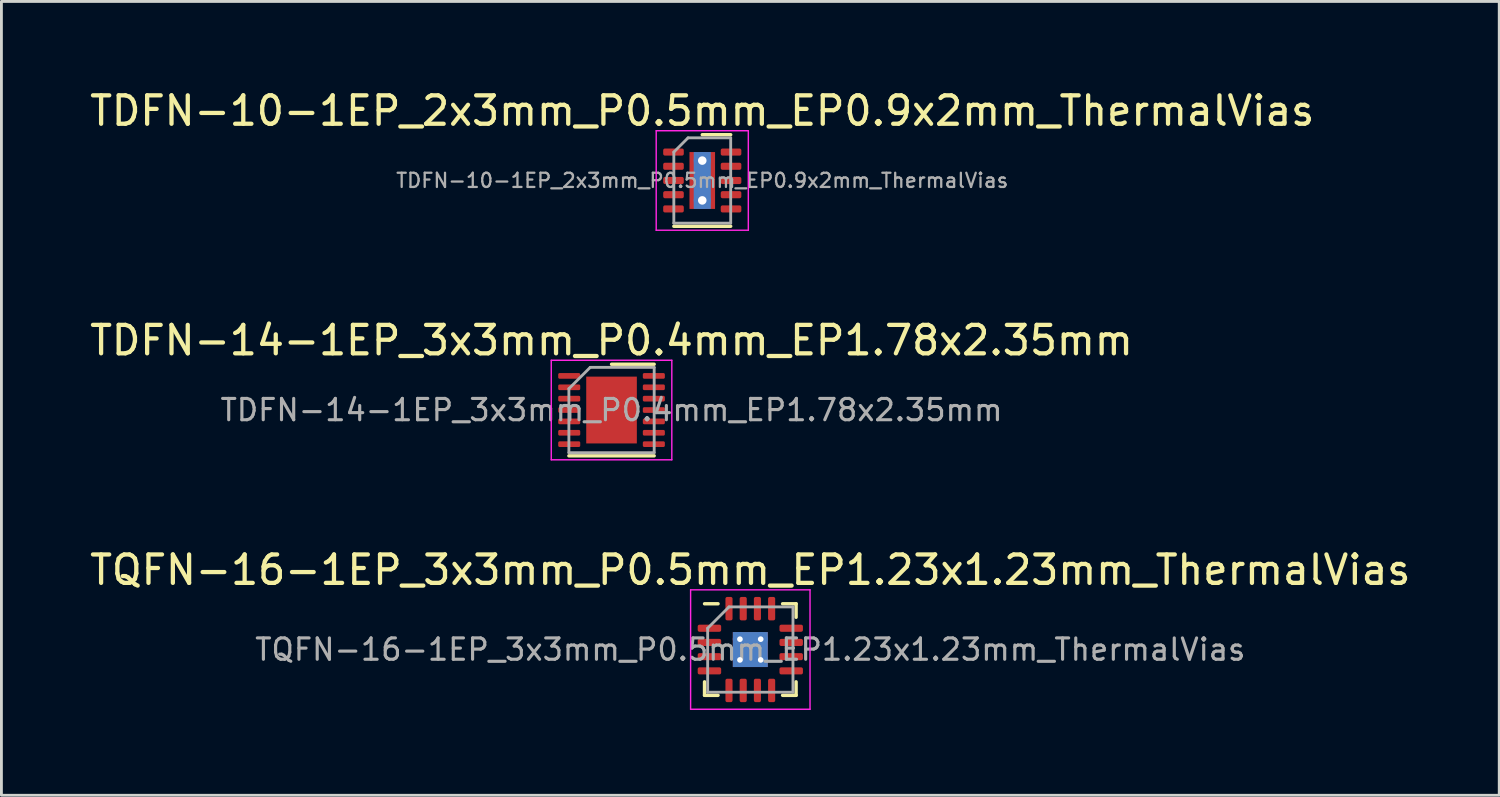
<source format=kicad_pcb>
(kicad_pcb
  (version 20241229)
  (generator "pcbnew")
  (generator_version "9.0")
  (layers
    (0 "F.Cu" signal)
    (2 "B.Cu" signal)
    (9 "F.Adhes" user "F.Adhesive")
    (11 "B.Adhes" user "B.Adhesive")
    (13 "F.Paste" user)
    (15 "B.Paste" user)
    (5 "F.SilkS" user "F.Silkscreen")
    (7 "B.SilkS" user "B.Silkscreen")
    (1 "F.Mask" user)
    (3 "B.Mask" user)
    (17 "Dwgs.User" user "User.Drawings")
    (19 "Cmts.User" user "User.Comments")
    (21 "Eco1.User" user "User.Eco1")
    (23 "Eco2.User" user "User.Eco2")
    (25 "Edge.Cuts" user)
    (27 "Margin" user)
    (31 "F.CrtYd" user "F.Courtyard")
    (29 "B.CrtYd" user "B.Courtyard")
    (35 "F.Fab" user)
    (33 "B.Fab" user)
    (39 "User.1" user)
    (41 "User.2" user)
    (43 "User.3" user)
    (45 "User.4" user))
  (footprint "TDFN-10-1EP_2x3mm_P0.5mm_EP0.9x2mm_ThermalVias"
    (layer "F.Cu")
    (at 21.649 3.298)
    (property "Reference" "TDFN-10-1EP_2x3mm_P0.5mm_EP0.9x2mm_ThermalVias" (at 0 -2.45 0) (layer "F.SilkS") (effects (font (size 1 1) (thickness 0.15))))
    (attr smd)
    (fp_line (start -1 1.61) (end 1 1.61) (stroke (width 0.12) (type solid)) (layer "F.SilkS"))
    (fp_line (start 0 -1.61) (end 1 -1.61) (stroke (width 0.12) (type solid)) (layer "F.SilkS"))
    (fp_line (start -1.62 -1.75) (end -1.62 1.75) (stroke (width 0.05) (type solid)) (layer "F.CrtYd"))
    (fp_line (start -1.62 1.75) (end 1.62 1.75) (stroke (width 0.05) (type solid)) (layer "F.CrtYd"))
    (fp_line (start 1.62 -1.75) (end -1.62 -1.75) (stroke (width 0.05) (type solid)) (layer "F.CrtYd"))
    (fp_line (start 1.62 1.75) (end 1.62 -1.75) (stroke (width 0.05) (type solid)) (layer "F.CrtYd"))
    (fp_line (start -1 -1) (end -0.5 -1.5) (stroke (width 0.1) (type solid)) (layer "F.Fab"))
    (fp_line (start -1 1.5) (end -1 -1) (stroke (width 0.1) (type solid)) (layer "F.Fab"))
    (fp_line (start -0.5 -1.5) (end 1 -1.5) (stroke (width 0.1) (type solid)) (layer "F.Fab"))
    (fp_line (start 1 -1.5) (end 1 1.5) (stroke (width 0.1) (type solid)) (layer "F.Fab"))
    (fp_line (start 1 1.5) (end -1 1.5) (stroke (width 0.1) (type solid)) (layer "F.Fab"))
    (fp_text user "${REFERENCE}" (at 0 0 0) (layer "F.Fab") (effects (font (size 0.5 0.5) (thickness 0.08))))
    (pad "" smd roundrect (at 0 -0.5) (size 0.73 0.81) (layers "F.Paste") (roundrect_rratio 0.25))
    (pad "" smd roundrect (at 0 0.5) (size 0.73 0.81) (layers "F.Paste") (roundrect_rratio 0.25))
    (pad "1" smd roundrect (at -1.012 -1) (size 0.725 0.25) (layers "F.Cu" "F.Mask" "F.Paste") (roundrect_rratio 0.25))
    (pad "2" smd roundrect (at -1.012 -0.5) (size 0.725 0.25) (layers "F.Cu" "F.Mask" "F.Paste") (roundrect_rratio 0.25))
    (pad "3" smd roundrect (at -1.012 0) (size 0.725 0.25) (layers "F.Cu" "F.Mask" "F.Paste") (roundrect_rratio 0.25))
    (pad "4" smd roundrect (at -1.012 0.5) (size 0.725 0.25) (layers "F.Cu" "F.Mask" "F.Paste") (roundrect_rratio 0.25))
    (pad "5" smd roundrect (at -1.012 1) (size 0.725 0.25) (layers "F.Cu" "F.Mask" "F.Paste") (roundrect_rratio 0.25))
    (pad "6" smd roundrect (at 1.012 1) (size 0.725 0.25) (layers "F.Cu" "F.Mask" "F.Paste") (roundrect_rratio 0.25))
    (pad "7" smd roundrect (at 1.012 0.5) (size 0.725 0.25) (layers "F.Cu" "F.Mask" "F.Paste") (roundrect_rratio 0.25))
    (pad "8" smd roundrect (at 1.012 0) (size 0.725 0.25) (layers "F.Cu" "F.Mask" "F.Paste") (roundrect_rratio 0.25))
    (pad "9" smd roundrect (at 1.012 -0.5) (size 0.725 0.25) (layers "F.Cu" "F.Mask" "F.Paste") (roundrect_rratio 0.25))
    (pad "10" smd roundrect (at 1.012 -1) (size 0.725 0.25) (layers "F.Cu" "F.Mask" "F.Paste") (roundrect_rratio 0.25))
    (pad "11" thru_hole circle (at 0 -0.7) (size 0.6 0.6) (drill 0.3) (layers "*.Cu"))
    (pad "11" smd rect (at 0 0) (size 0.6 2) (layers "B.Cu"))
    (pad "11" smd rect (at 0 0) (size 0.9 2) (layers "F.Cu" "F.Mask"))
    (pad "11" thru_hole circle (at 0 0.7) (size 0.6 0.6) (drill 0.3) (layers "*.Cu")))
  (footprint "TDFN-14-1EP_3x3mm_P0.4mm_EP1.78x2.35mm"
    (layer "F.Cu")
    (at 18.458 11.371)
    (property "Reference" "TDFN-14-1EP_3x3mm_P0.4mm_EP1.78x2.35mm" (at 0 -2.45 0) (layer "F.SilkS") (effects (font (size 1 1) (thickness 0.15))))
    (attr smd)
    (fp_line (start -1.5 1.61) (end 1.5 1.61) (stroke (width 0.12) (type solid)) (layer "F.SilkS"))
    (fp_line (start 0 -1.61) (end 1.5 -1.61) (stroke (width 0.12) (type solid)) (layer "F.SilkS"))
    (fp_line (start -2.12 -1.75) (end -2.12 1.75) (stroke (width 0.05) (type solid)) (layer "F.CrtYd"))
    (fp_line (start -2.12 1.75) (end 2.12 1.75) (stroke (width 0.05) (type solid)) (layer "F.CrtYd"))
    (fp_line (start 2.12 -1.75) (end -2.12 -1.75) (stroke (width 0.05) (type solid)) (layer "F.CrtYd"))
    (fp_line (start 2.12 1.75) (end 2.12 -1.75) (stroke (width 0.05) (type solid)) (layer "F.CrtYd"))
    (fp_line (start -1.5 -0.75) (end -0.75 -1.5) (stroke (width 0.1) (type solid)) (layer "F.Fab"))
    (fp_line (start -1.5 1.5) (end -1.5 -0.75) (stroke (width 0.1) (type solid)) (layer "F.Fab"))
    (fp_line (start -0.75 -1.5) (end 1.5 -1.5) (stroke (width 0.1) (type solid)) (layer "F.Fab"))
    (fp_line (start 1.5 -1.5) (end 1.5 1.5) (stroke (width 0.1) (type solid)) (layer "F.Fab"))
    (fp_line (start 1.5 1.5) (end -1.5 1.5) (stroke (width 0.1) (type solid)) (layer "F.Fab"))
    (fp_text user "${REFERENCE}" (at 0 0 0) (layer "F.Fab") (effects (font (size 0.75 0.75) (thickness 0.11))))
    (pad "" smd roundrect (at -0.445 -0.59) (size 0.72 0.95) (layers "F.Paste") (roundrect_rratio 0.25))
    (pad "" smd roundrect (at -0.445 0.59) (size 0.72 0.95) (layers "F.Paste") (roundrect_rratio 0.25))
    (pad "" smd roundrect (at 0.445 -0.59) (size 0.72 0.95) (layers "F.Paste") (roundrect_rratio 0.25))
    (pad "" smd roundrect (at 0.445 0.59) (size 0.72 0.95) (layers "F.Paste") (roundrect_rratio 0.25))
    (pad "1" smd roundrect (at -1.488 -1.2) (size 0.775 0.2) (layers "F.Cu" "F.Mask" "F.Paste") (roundrect_rratio 0.25))
    (pad "2" smd roundrect (at -1.488 -0.8) (size 0.775 0.2) (layers "F.Cu" "F.Mask" "F.Paste") (roundrect_rratio 0.25))
    (pad "3" smd roundrect (at -1.488 -0.4) (size 0.775 0.2) (layers "F.Cu" "F.Mask" "F.Paste") (roundrect_rratio 0.25))
    (pad "4" smd roundrect (at -1.488 0) (size 0.775 0.2) (layers "F.Cu" "F.Mask" "F.Paste") (roundrect_rratio 0.25))
    (pad "5" smd roundrect (at -1.488 0.4) (size 0.775 0.2) (layers "F.Cu" "F.Mask" "F.Paste") (roundrect_rratio 0.25))
    (pad "6" smd roundrect (at -1.488 0.8) (size 0.775 0.2) (layers "F.Cu" "F.Mask" "F.Paste") (roundrect_rratio 0.25))
    (pad "7" smd roundrect (at -1.488 1.2) (size 0.775 0.2) (layers "F.Cu" "F.Mask" "F.Paste") (roundrect_rratio 0.25))
    (pad "8" smd roundrect (at 1.488 1.2) (size 0.775 0.2) (layers "F.Cu" "F.Mask" "F.Paste") (roundrect_rratio 0.25))
    (pad "9" smd roundrect (at 1.488 0.8) (size 0.775 0.2) (layers "F.Cu" "F.Mask" "F.Paste") (roundrect_rratio 0.25))
    (pad "10" smd roundrect (at 1.488 0.4) (size 0.775 0.2) (layers "F.Cu" "F.Mask" "F.Paste") (roundrect_rratio 0.25))
    (pad "11" smd roundrect (at 1.488 0) (size 0.775 0.2) (layers "F.Cu" "F.Mask" "F.Paste") (roundrect_rratio 0.25))
    (pad "12" smd roundrect (at 1.488 -0.4) (size 0.775 0.2) (layers "F.Cu" "F.Mask" "F.Paste") (roundrect_rratio 0.25))
    (pad "13" smd roundrect (at 1.488 -0.8) (size 0.775 0.2) (layers "F.Cu" "F.Mask" "F.Paste") (roundrect_rratio 0.25))
    (pad "14" smd roundrect (at 1.488 -1.2) (size 0.775 0.2) (layers "F.Cu" "F.Mask" "F.Paste") (roundrect_rratio 0.25))
    (pad "15" smd rect (at 0 0) (size 1.78 2.35) (layers "F.Cu" "F.Mask")))
  (footprint "TQFN-16-1EP_3x3mm_P0.5mm_EP1.23x1.23mm_ThermalVias"
    (layer "F.Cu")
    (at 23.339 19.795)
    (property "Reference" "TQFN-16-1EP_3x3mm_P0.5mm_EP1.23x1.23mm_ThermalVias" (at 0 -2.8 0) (layer "F.SilkS") (effects (font (size 1 1) (thickness 0.15))))
    (attr smd)
    (fp_line (start -1.61 1.61) (end -1.61 1.135) (stroke (width 0.12) (type solid)) (layer "F.SilkS"))
    (fp_line (start -1.135 -1.61) (end -1.61 -1.61) (stroke (width 0.12) (type solid)) (layer "F.SilkS"))
    (fp_line (start -1.135 1.61) (end -1.61 1.61) (stroke (width 0.12) (type solid)) (layer "F.SilkS"))
    (fp_line (start 1.135 -1.61) (end 1.61 -1.61) (stroke (width 0.12) (type solid)) (layer "F.SilkS"))
    (fp_line (start 1.135 1.61) (end 1.61 1.61) (stroke (width 0.12) (type solid)) (layer "F.SilkS"))
    (fp_line (start 1.61 -1.61) (end 1.61 -1.135) (stroke (width 0.12) (type solid)) (layer "F.SilkS"))
    (fp_line (start 1.61 1.61) (end 1.61 1.135) (stroke (width 0.12) (type solid)) (layer "F.SilkS"))
    (fp_line (start -2.1 -2.1) (end -2.1 2.1) (stroke (width 0.05) (type solid)) (layer "F.CrtYd"))
    (fp_line (start -2.1 2.1) (end 2.1 2.1) (stroke (width 0.05) (type solid)) (layer "F.CrtYd"))
    (fp_line (start 2.1 -2.1) (end -2.1 -2.1) (stroke (width 0.05) (type solid)) (layer "F.CrtYd"))
    (fp_line (start 2.1 2.1) (end 2.1 -2.1) (stroke (width 0.05) (type solid)) (layer "F.CrtYd"))
    (fp_line (start -1.5 -0.75) (end -0.75 -1.5) (stroke (width 0.1) (type solid)) (layer "F.Fab"))
    (fp_line (start -1.5 1.5) (end -1.5 -0.75) (stroke (width 0.1) (type solid)) (layer "F.Fab"))
    (fp_line (start -0.75 -1.5) (end 1.5 -1.5) (stroke (width 0.1) (type solid)) (layer "F.Fab"))
    (fp_line (start 1.5 -1.5) (end 1.5 1.5) (stroke (width 0.1) (type solid)) (layer "F.Fab"))
    (fp_line (start 1.5 1.5) (end -1.5 1.5) (stroke (width 0.1) (type solid)) (layer "F.Fab"))
    (fp_text user "${REFERENCE}" (at 0 0 0) (layer "F.Fab") (effects (font (size 0.75 0.75) (thickness 0.11))))
    (pad "" smd roundrect (at -0.31 -0.31) (size 0.53 0.53) (layers "F.Paste") (roundrect_rratio 0.25))
    (pad "" smd roundrect (at -0.31 0.31) (size 0.53 0.53) (layers "F.Paste") (roundrect_rratio 0.25))
    (pad "" smd roundrect (at 0.31 -0.31) (size 0.53 0.53) (layers "F.Paste") (roundrect_rratio 0.25))
    (pad "" smd roundrect (at 0.31 0.31) (size 0.53 0.53) (layers "F.Paste") (roundrect_rratio 0.25))
    (pad "1" smd roundrect (at -1.438 -0.75) (size 0.825 0.25) (layers "F.Cu" "F.Mask" "F.Paste") (roundrect_rratio 0.25))
    (pad "2" smd roundrect (at -1.438 -0.25) (size 0.825 0.25) (layers "F.Cu" "F.Mask" "F.Paste") (roundrect_rratio 0.25))
    (pad "3" smd roundrect (at -1.438 0.25) (size 0.825 0.25) (layers "F.Cu" "F.Mask" "F.Paste") (roundrect_rratio 0.25))
    (pad "4" smd roundrect (at -1.438 0.75) (size 0.825 0.25) (layers "F.Cu" "F.Mask" "F.Paste") (roundrect_rratio 0.25))
    (pad "5" smd roundrect (at -0.75 1.438) (size 0.25 0.825) (layers "F.Cu" "F.Mask" "F.Paste") (roundrect_rratio 0.25))
    (pad "6" smd roundrect (at -0.25 1.438) (size 0.25 0.825) (layers "F.Cu" "F.Mask" "F.Paste") (roundrect_rratio 0.25))
    (pad "7" smd roundrect (at 0.25 1.438) (size 0.25 0.825) (layers "F.Cu" "F.Mask" "F.Paste") (roundrect_rratio 0.25))
    (pad "8" smd roundrect (at 0.75 1.438) (size 0.25 0.825) (layers "F.Cu" "F.Mask" "F.Paste") (roundrect_rratio 0.25))
    (pad "9" smd roundrect (at 1.438 0.75) (size 0.825 0.25) (layers "F.Cu" "F.Mask" "F.Paste") (roundrect_rratio 0.25))
    (pad "10" smd roundrect (at 1.438 0.25) (size 0.825 0.25) (layers "F.Cu" "F.Mask" "F.Paste") (roundrect_rratio 0.25))
    (pad "11" smd roundrect (at 1.438 -0.25) (size 0.825 0.25) (layers "F.Cu" "F.Mask" "F.Paste") (roundrect_rratio 0.25))
    (pad "12" smd roundrect (at 1.438 -0.75) (size 0.825 0.25) (layers "F.Cu" "F.Mask" "F.Paste") (roundrect_rratio 0.25))
    (pad "13" smd roundrect (at 0.75 -1.438) (size 0.25 0.825) (layers "F.Cu" "F.Mask" "F.Paste") (roundrect_rratio 0.25))
    (pad "14" smd roundrect (at 0.25 -1.438) (size 0.25 0.825) (layers "F.Cu" "F.Mask" "F.Paste") (roundrect_rratio 0.25))
    (pad "15" smd roundrect (at -0.25 -1.438) (size 0.25 0.825) (layers "F.Cu" "F.Mask" "F.Paste") (roundrect_rratio 0.25))
    (pad "16" smd roundrect (at -0.75 -1.438) (size 0.25 0.825) (layers "F.Cu" "F.Mask" "F.Paste") (roundrect_rratio 0.25))
    (pad "17" thru_hole circle (at -0.365 -0.365) (size 0.5 0.5) (drill 0.2) (layers "*.Cu"))
    (pad "17" thru_hole circle (at -0.365 0.365) (size 0.5 0.5) (drill 0.2) (layers "*.Cu"))
    (pad "17" smd rect (at 0 0) (size 1.23 1.23) (layers "F.Cu" "F.Mask"))
    (pad "17" smd rect (at 0 0) (size 1.23 1.23) (layers "B.Cu"))
    (pad "17" thru_hole circle (at 0.365 -0.365) (size 0.5 0.5) (drill 0.2) (layers "*.Cu"))
    (pad "17" thru_hole circle (at 0.365 0.365) (size 0.5 0.5) (drill 0.2) (layers "*.Cu")))
  (gr_rect
    (start -3 -3)
    (end 49.679 24.92)
    (stroke (width 0.1) (type default))
    (fill no)
    (layer "Edge.Cuts")))
</source>
